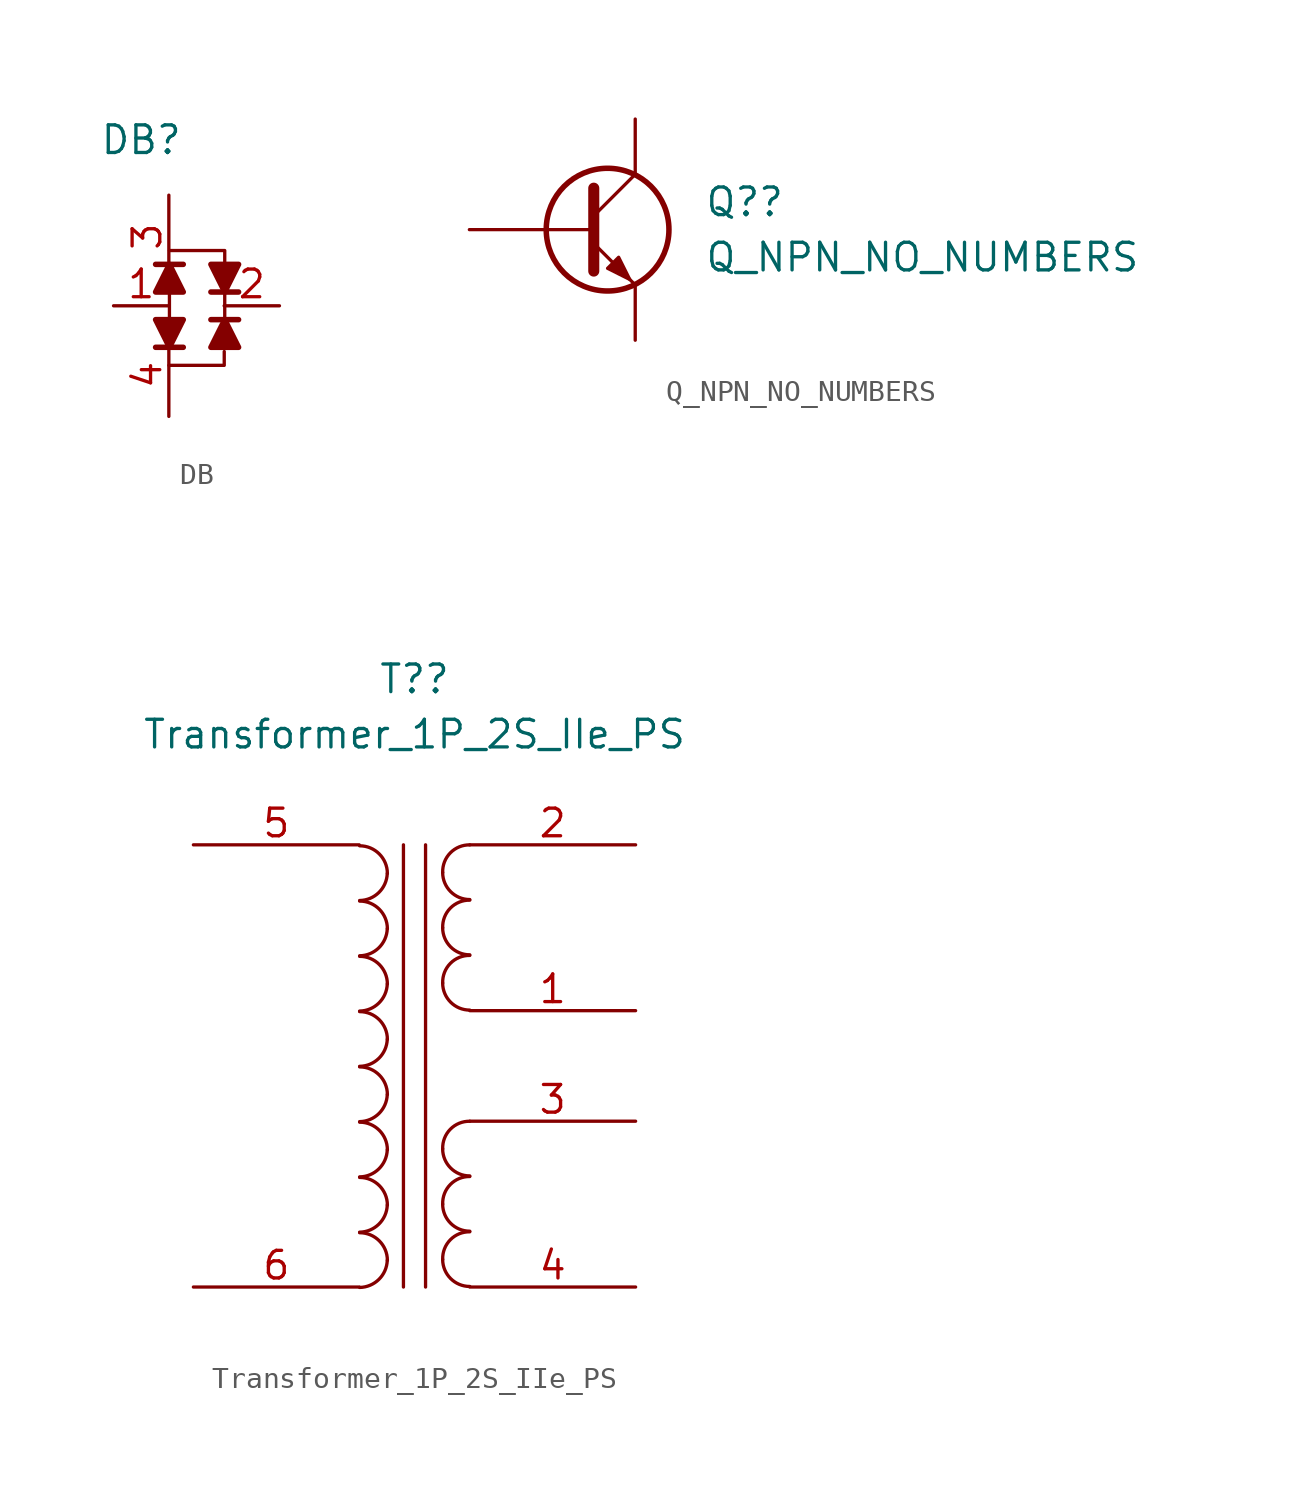
<source format=kicad_sym>
(kicad_symbol_lib
  (version 20220914)
  (generator kicad_symbol_editor)
  (symbol "DB"
    (property "Reference" "DB"
      (at -1.27 6.35 0)
      (effects (font (size 1.27 1.27))))
    (property "Value" ""
      (at 2.159 -4.445 90)
      (effects (font (size 1.27 1.27))))
    (symbol "DB_0_1"
      (polyline (pts (xy -0.608 0.633) (xy 0.662 0.633)) (stroke (width 0.254) (type default)) (fill (type none)))
      (polyline (pts (xy 0.027 -0.637) (xy 0.027 -1.907)) (stroke (width 0) (type default)) (fill (type none)))
      (polyline (pts (xy 0.662 -3.177) (xy -0.608 -3.177)) (stroke (width 0.254) (type default)) (fill (type none)))
      (polyline (pts (xy 1.932 -1.907) (xy 3.202 -1.907)) (stroke (width 0.254) (type default)) (fill (type none)))
      (polyline (pts (xy 2.567 -1.907) (xy 2.567 -1.272)) (stroke (width 0) (type default)) (fill (type none)))
      (polyline (pts (xy 2.567 -1.272) (xy 2.567 -0.637)) (stroke (width 0) (type default)) (fill (type none)))
      (polyline (pts (xy 3.202 -0.637) (xy 1.932 -0.637)) (stroke (width 0.254) (type default)) (fill (type none)))
      (polyline (pts (xy 2.544 -3.371) (xy 2.544 -4.006) (xy 0.004 -4.006)) (stroke (width 0) (type default)) (fill (type none)))
      (polyline (pts (xy 2.567 0.633) (xy 2.567 1.268) (xy 0.027 1.268)) (stroke (width 0) (type default)) (fill (type none)))
      (polyline (pts (xy -0.608 -0.637) (xy 0.027 0.633) (xy 0.662 -0.637) (xy -0.608 -0.637)) (stroke (width 0.254) (type default)) (fill (type outline)))
      (polyline (pts (xy 0.662 -1.907) (xy 0.027 -3.177) (xy -0.608 -1.907) (xy 0.662 -1.907)) (stroke (width 0.254) (type default)) (fill (type outline)))
      (polyline (pts (xy 1.932 -3.177) (xy 2.567 -1.907) (xy 3.202 -3.177) (xy 1.932 -3.177)) (stroke (width 0.254) (type default)) (fill (type outline)))
      (polyline (pts (xy 3.202 0.633) (xy 2.567 -0.637) (xy 1.932 0.633) (xy 3.202 0.633)) (stroke (width 0.254) (type default)) (fill (type outline))))
    (symbol "DB_1_1"
      (pin input line (at -2.54 -1.27 0) (length 2.54) (name "" (effects (font (size 1.27 1.27)))) (number "1" (effects (font (size 1.27 1.27)))))
      (pin input line (at 5.08 -1.27 180) (length 2.54) (name "" (effects (font (size 1.27 1.27)))) (number "2" (effects (font (size 1.27 1.27)))))
      (pin input line (at 0 3.81 270) (length 3.81) (name "" (effects (font (size 1.27 1.27)))) (number "3" (effects (font (size 1.27 1.27)))))
      (pin input line (at 0 -6.35 90) (length 3.81) (name "" (effects (font (size 1.27 1.27)))) (number "4" (effects (font (size 1.27 1.27)))))))
  (symbol "Q_NPN_NO_NUMBERS"
    (pin_names
      (offset 0) hide)
    (property "Reference" "Q?"
      (at 5.715 1.27 0)
      (effects (font (size 1.27 1.27)) (justify left)))
    (property "Value" "Q_NPN_NO_NUMBERS"
      (at 5.715 -1.27 0)
      (effects (font (size 1.27 1.27)) (justify left)))
    (symbol "Q_NPN_NO_NUMBERS_0_1"
      (polyline (pts (xy 0.635 0.635) (xy 2.54 2.54)) (stroke (width 0) (type default)) (fill (type none)))
      (polyline (pts (xy 0.635 -0.635) (xy 2.54 -2.54) (xy 2.54 -2.54)) (stroke (width 0) (type default)) (fill (type none)))
      (polyline (pts (xy 0.635 1.905) (xy 0.635 -1.905) (xy 0.635 -1.905)) (stroke (width 0.508) (type default)) (fill (type none)))
      (polyline (pts (xy 1.27 -1.778) (xy 1.778 -1.27) (xy 2.286 -2.286) (xy 1.27 -1.778) (xy 1.27 -1.778)) (stroke (width 0) (type default)) (fill (type outline)))
      (circle (center 1.27 0) (radius 2.819) (stroke (width 0.254) (type default)) (fill (type none))))
    (symbol "Q_NPN_NO_NUMBERS_1_1"
      (pin input line (at -5.08 0 0) (length 5.715) (name "B" (effects (font (size 1.27 1.27)))) (number "" (effects (font (size 1.27 1.27)))))
      (pin passive line (at 2.54 5.08 270) (length 2.54) (name "C" (effects (font (size 1.27 1.27)))) (number "" (effects (font (size 1.27 1.27)))))
      (pin passive line (at 2.54 -5.08 90) (length 2.54) (name "E" (effects (font (size 1.27 1.27)))) (number "" (effects (font (size 1.27 1.27)))))))
  (symbol "Transformer_1P_2S_IIe_PS"
    (pin_names
      (offset 1.016) hide)
    (property "Reference" "T?"
      (at 0 17.78 0)
      (effects (font (size 1.27 1.27))))
    (property "Value" "Transformer_1P_2S_IIe_PS"
      (at 0 15.24 0)
      (effects (font (size 1.27 1.27))))
    (symbol "Transformer_1P_2S_IIe_PS_0_1"
      (arc (start -2.5217 -10.1789) (mid -1.6378 -9.8106) (end -1.2517 -8.9343) (stroke (width 0) (type default)) (fill (type none)))
      (arc (start -2.5217 -7.6389) (mid -1.6378 -7.2706) (end -1.2517 -6.3943) (stroke (width 0) (type default)) (fill (type none)))
      (arc (start -2.5217 -5.0989) (mid -1.6378 -4.7306) (end -1.2517 -3.8543) (stroke (width 0) (type default)) (fill (type none)))
      (arc (start -2.5217 -2.5589) (mid -1.6378 -2.1906) (end -1.2517 -1.3143) (stroke (width 0) (type default)) (fill (type none)))
      (arc (start -2.5215 -0.0191) (mid -1.6376 0.3492) (end -1.2515 1.2255) (stroke (width 0) (type default)) (fill (type none)))
      (arc (start -2.5215 2.5209) (mid -1.6376 2.8892) (end -1.2515 3.7655) (stroke (width 0) (type default)) (fill (type none)))
      (arc (start -2.5215 5.0609) (mid -1.6376 5.4292) (end -1.2515 6.3055) (stroke (width 0) (type default)) (fill (type none)))
      (arc (start -2.5215 7.6009) (mid -1.6376 7.9692) (end -1.2515 8.8455) (stroke (width 0) (type default)) (fill (type none)))
      (arc (start -1.2517 -8.9343) (mid -1.6237 -8.0363) (end -2.5217 -7.6643) (stroke (width 0) (type default)) (fill (type none)))
      (arc (start -1.2517 -6.3943) (mid -1.6237 -5.4963) (end -2.5217 -5.1243) (stroke (width 0) (type default)) (fill (type none)))
      (arc (start -1.2517 -3.8543) (mid -1.6237 -2.9563) (end -2.5217 -2.5843) (stroke (width 0) (type default)) (fill (type none)))
      (arc (start -1.2517 -1.3143) (mid -1.6237 -0.4163) (end -2.5217 -0.0443) (stroke (width 0) (type default)) (fill (type none)))
      (arc (start -1.2515 1.2255) (mid -1.6235 2.1235) (end -2.5215 2.4955) (stroke (width 0) (type default)) (fill (type none)))
      (arc (start -1.2515 3.7655) (mid -1.6235 4.6635) (end -2.5215 5.0355) (stroke (width 0) (type default)) (fill (type none)))
      (arc (start -1.2515 6.3055) (mid -1.6235 7.2035) (end -2.5215 7.5755) (stroke (width 0) (type default)) (fill (type none)))
      (arc (start -1.2515 8.8455) (mid -1.6235 9.7435) (end -2.5215 10.1155) (stroke (width 0) (type default)) (fill (type none)))
      (polyline (pts (xy -0.508 -10.16) (xy -0.508 10.16)) (stroke (width 0) (type default)) (fill (type none)))
      (polyline (pts (xy 0.508 10.16) (xy 0.508 -10.16)) (stroke (width 0) (type default)) (fill (type none)))
      (arc (start 1.2954 -8.89) (mid 1.6599 -9.7701) (end 2.54 -10.1346) (stroke (width 0) (type default)) (fill (type none)))
      (arc (start 1.2954 -6.35) (mid 1.6599 -7.2301) (end 2.54 -7.5946) (stroke (width 0) (type default)) (fill (type none)))
      (arc (start 1.2954 -3.81) (mid 1.6599 -4.6901) (end 2.54 -5.0546) (stroke (width 0) (type default)) (fill (type none)))
      (arc (start 1.2954 3.81) (mid 1.6599 2.9299) (end 2.54 2.5654) (stroke (width 0) (type default)) (fill (type none)))
      (arc (start 1.2954 6.35) (mid 1.6599 5.4699) (end 2.54 5.1054) (stroke (width 0) (type default)) (fill (type none)))
      (arc (start 1.2954 8.89) (mid 1.6599 8.0099) (end 2.54 7.6454) (stroke (width 0) (type default)) (fill (type none)))
      (arc (start 2.54 -7.62) (mid 1.642 -7.992) (end 1.2954 -8.89) (stroke (width 0) (type default)) (fill (type none)))
      (arc (start 2.54 -5.08) (mid 1.642 -5.452) (end 1.2954 -6.35) (stroke (width 0) (type default)) (fill (type none)))
      (arc (start 2.54 -2.54) (mid 1.642 -2.912) (end 1.2954 -3.81) (stroke (width 0) (type default)) (fill (type none)))
      (arc (start 2.54 5.08) (mid 1.642 4.708) (end 1.2954 3.81) (stroke (width 0) (type default)) (fill (type none)))
      (arc (start 2.54 7.62) (mid 1.642 7.248) (end 1.2954 6.35) (stroke (width 0) (type default)) (fill (type none)))
      (arc (start 2.54 10.16) (mid 1.642 9.788) (end 1.2954 8.89) (stroke (width 0) (type default)) (fill (type none))))
    (symbol "Transformer_1P_2S_IIe_PS_1_1"
      (pin passive line (at 10.16 2.54 180) (length 7.62) (name "SB" (effects (font (size 1.27 1.27)))) (number "1" (effects (font (size 1.27 1.27)))))
      (pin passive line (at 10.16 10.16 180) (length 7.62) (name "SA" (effects (font (size 1.27 1.27)))) (number "2" (effects (font (size 1.27 1.27)))))
      (pin passive line (at 10.16 -2.54 180) (length 7.62) (name "SC" (effects (font (size 1.27 1.27)))) (number "3" (effects (font (size 1.27 1.27)))))
      (pin passive line (at 10.16 -10.16 180) (length 7.62) (name "SD" (effects (font (size 1.27 1.27)))) (number "4" (effects (font (size 1.27 1.27)))))
      (pin passive line (at -10.16 10.16 0) (length 7.62) (name "AA" (effects (font (size 1.27 1.27)))) (number "5" (effects (font (size 1.27 1.27)))))
      (pin passive line (at -10.16 -10.16 0) (length 7.62) (name "AB" (effects (font (size 1.27 1.27)))) (number "6" (effects (font (size 1.27 1.27))))))))
</source>
